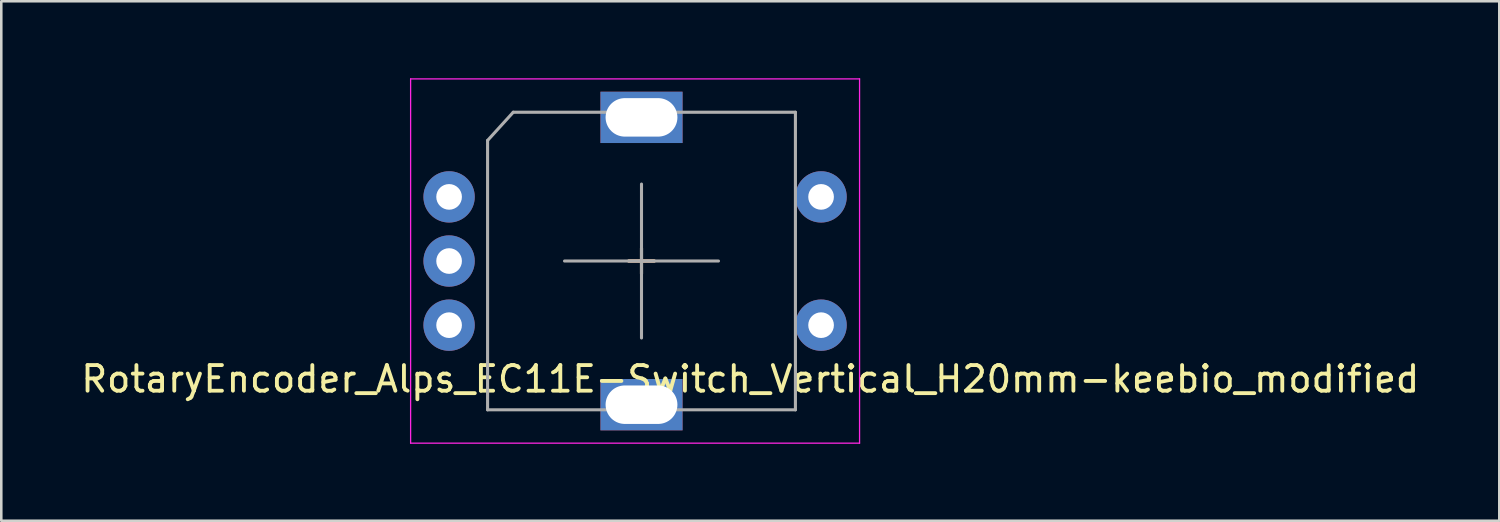
<source format=kicad_pcb>
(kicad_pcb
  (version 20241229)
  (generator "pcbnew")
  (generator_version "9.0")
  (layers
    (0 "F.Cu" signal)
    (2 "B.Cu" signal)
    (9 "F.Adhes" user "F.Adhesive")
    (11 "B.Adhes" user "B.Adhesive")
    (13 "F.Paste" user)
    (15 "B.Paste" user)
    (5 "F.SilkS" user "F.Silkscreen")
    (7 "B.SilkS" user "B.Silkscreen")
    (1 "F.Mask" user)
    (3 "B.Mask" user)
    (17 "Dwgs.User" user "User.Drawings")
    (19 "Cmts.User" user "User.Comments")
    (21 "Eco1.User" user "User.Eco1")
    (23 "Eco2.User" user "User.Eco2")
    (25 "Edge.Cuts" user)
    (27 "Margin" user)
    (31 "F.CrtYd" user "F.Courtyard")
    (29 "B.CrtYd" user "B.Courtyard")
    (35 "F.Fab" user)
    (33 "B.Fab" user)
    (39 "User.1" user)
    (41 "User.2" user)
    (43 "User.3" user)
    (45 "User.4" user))
  (footprint "RotaryEncoder_Alps_EC11E-Switch_Vertical_H20mm-keebio_modified"
    (layer "F.Cu")
    (at 21.956 7.125)
    (property "Reference" "RotaryEncoder_Alps_EC11E-Switch_Vertical_H20mm-keebio_modified" (at 4.24 4.6 0) (layer "F.SilkS") (effects (font (size 1 1) (thickness 0.15))))
    (attr through_hole)
    (fp_line (start -0.5 0) (end 0.5 0) (stroke (width 0.12) (type solid)) (layer "F.SilkS"))
    (fp_line (start 0 -0.5) (end 0 0.5) (stroke (width 0.12) (type solid)) (layer "F.SilkS"))
    (fp_line (start -0.5 0) (end 0.5 0) (stroke (width 0.12) (type solid)) (layer "B.SilkS"))
    (fp_line (start 0 -0.5) (end 0 0.5) (stroke (width 0.12) (type solid)) (layer "B.SilkS"))
    (fp_line (start -9 -7.1) (end -9 7.1) (stroke (width 0.05) (type solid)) (layer "F.CrtYd"))
    (fp_line (start -9 -7.1) (end 8.5 -7.1) (stroke (width 0.05) (type solid)) (layer "F.CrtYd"))
    (fp_line (start 8.5 7.1) (end -9 7.1) (stroke (width 0.05) (type solid)) (layer "F.CrtYd"))
    (fp_line (start 8.5 7.1) (end 8.5 -7.1) (stroke (width 0.05) (type solid)) (layer "F.CrtYd"))
    (fp_line (start -6 -4.7) (end -5 -5.8) (stroke (width 0.12) (type solid)) (layer "F.Fab"))
    (fp_line (start -6 5.8) (end -6 -4.7) (stroke (width 0.12) (type solid)) (layer "F.Fab"))
    (fp_line (start -5 -5.8) (end 6 -5.8) (stroke (width 0.12) (type solid)) (layer "F.Fab"))
    (fp_line (start -3 0) (end 3 0) (stroke (width 0.12) (type solid)) (layer "F.Fab"))
    (fp_line (start 0 -3) (end 0 3) (stroke (width 0.12) (type solid)) (layer "F.Fab"))
    (fp_line (start 6 -5.8) (end 6 5.8) (stroke (width 0.12) (type solid)) (layer "F.Fab"))
    (fp_line (start 6 5.8) (end -6 5.8) (stroke (width 0.12) (type solid)) (layer "F.Fab"))
    (pad "A" thru_hole circle (at -7.5 -2.5) (size 2 2) (drill 1) (layers "*.Cu" "*.Mask"))
    (pad "B" thru_hole circle (at -7.5 2.5) (size 2 2) (drill 1) (layers "*.Cu" "*.Mask"))
    (pad "C" thru_hole circle (at -7.5 0) (size 2 2) (drill 1) (layers "*.Cu" "*.Mask"))
    (pad "MP" thru_hole rect (at 0 -5.6) (size 3.2 2) (drill oval 2.8 1.5) (layers "*.Cu" "*.Mask"))
    (pad "MP" thru_hole rect (at 0 5.6) (size 3.2 2) (drill oval 2.8 1.5) (layers "*.Cu" "*.Mask"))
    (pad "S1" thru_hole circle (at 7 2.5) (size 2 2) (drill 1) (layers "*.Cu" "*.Mask"))
    (pad "S2" thru_hole circle (at 7 -2.5) (size 2 2) (drill 1) (layers "*.Cu" "*.Mask")))
  (gr_rect
    (start -3 -3)
    (end 55.393 17.25)
    (stroke (width 0.1) (type default))
    (fill no)
    (layer "Edge.Cuts")))
</source>
